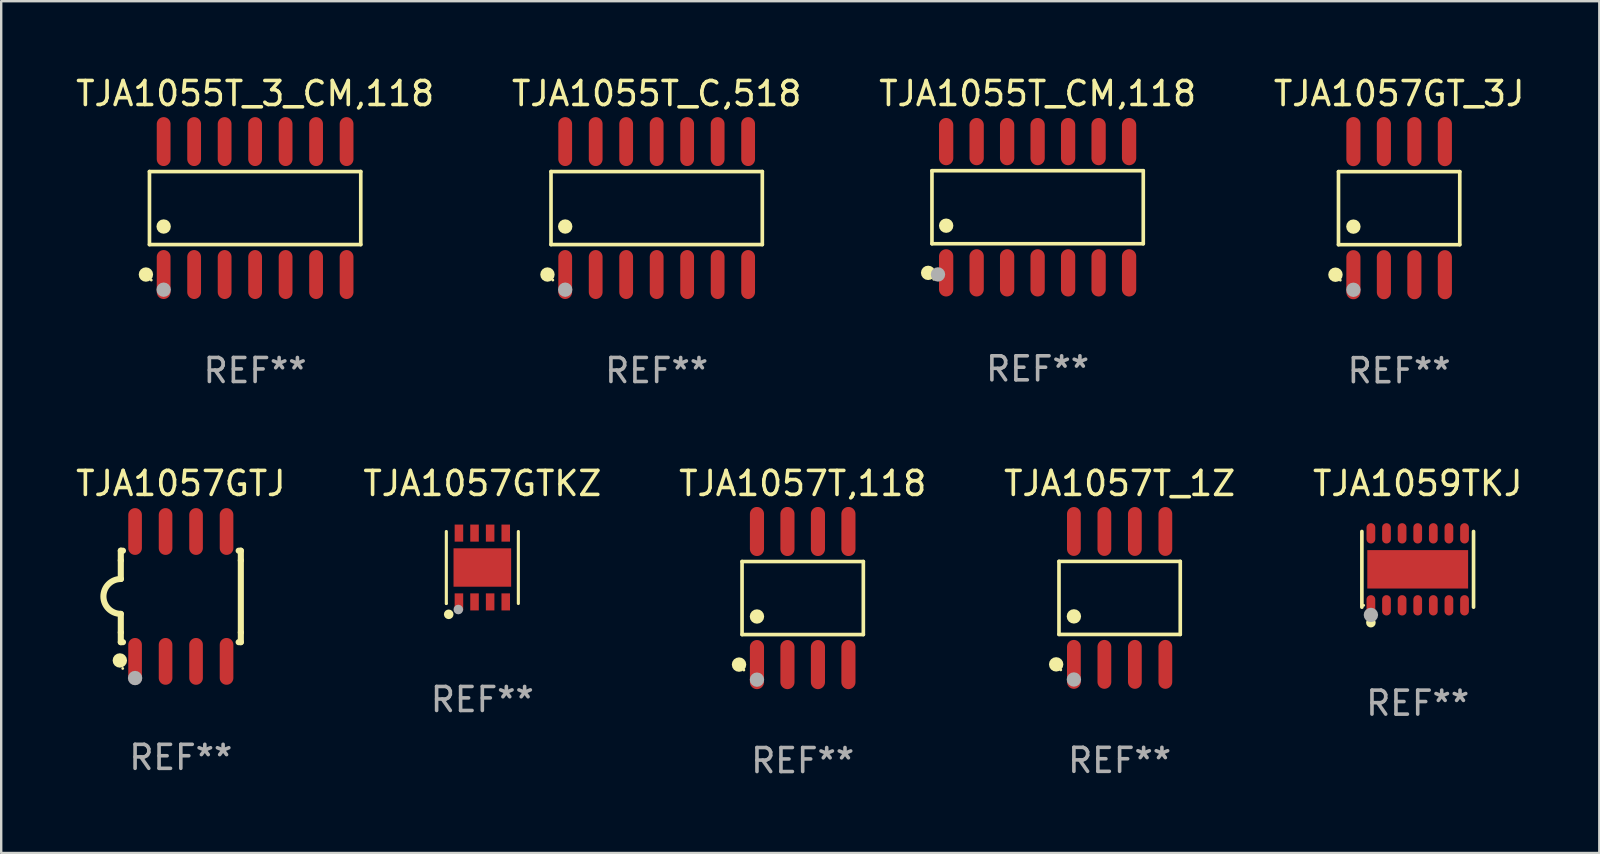
<source format=kicad_pcb>
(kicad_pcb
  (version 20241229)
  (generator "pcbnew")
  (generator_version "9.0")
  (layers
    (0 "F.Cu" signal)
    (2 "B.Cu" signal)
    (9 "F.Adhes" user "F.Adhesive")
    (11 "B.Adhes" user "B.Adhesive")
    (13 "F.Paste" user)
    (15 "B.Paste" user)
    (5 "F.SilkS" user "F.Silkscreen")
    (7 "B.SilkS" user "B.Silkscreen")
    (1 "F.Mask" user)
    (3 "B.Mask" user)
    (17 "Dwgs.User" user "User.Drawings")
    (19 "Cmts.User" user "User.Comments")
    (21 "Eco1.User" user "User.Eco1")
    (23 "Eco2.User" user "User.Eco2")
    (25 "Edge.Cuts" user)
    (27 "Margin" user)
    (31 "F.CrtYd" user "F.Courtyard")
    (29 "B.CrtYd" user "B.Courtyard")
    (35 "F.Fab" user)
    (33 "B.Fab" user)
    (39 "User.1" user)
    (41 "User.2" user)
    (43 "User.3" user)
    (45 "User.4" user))
  (footprint "TJA1055T_3_CM,118"
    (layer "F.Cu")
    (at 7.577 5.617)
    (property "Reference" "TJA1055T_3_CM,118" (at 0 -4.769 0) (layer "F.SilkS") (effects (font (size 1 1) (thickness 0.15))))
    (attr through_hole)
    (fp_line (start -4.401 -1.521) (end 4.401 -1.521) (stroke (width 0.152) (type solid)) (layer "F.SilkS"))
    (fp_line (start -4.401 1.521) (end -4.401 -1.521) (stroke (width 0.152) (type solid)) (layer "F.SilkS"))
    (fp_line (start 4.401 -1.521) (end 4.401 1.521) (stroke (width 0.152) (type solid)) (layer "F.SilkS"))
    (fp_line (start 4.401 1.521) (end -4.401 1.521) (stroke (width 0.152) (type solid)) (layer "F.SilkS"))
    (fp_circle (center -4.549 2.769) (end -4.399 2.769) (stroke (width 0.3) (type solid)) (fill no) (layer "F.SilkS"))
    (fp_circle (center -4.325 3) (end -4.295 3) (stroke (width 0.06) (type solid)) (fill no) (layer "F.SilkS"))
    (fp_circle (center -3.81 0.769) (end -3.66 0.769) (stroke (width 0.3) (type solid)) (fill no) (layer "F.SilkS"))
    (fp_circle (center -3.81 3.4) (end -3.66 3.4) (stroke (width 0.3) (type solid)) (fill no) (layer "F.Fab"))
    (fp_text user "REF**" (at 0 6.769 0) (layer "F.Fab") (effects (font (size 1 1) (thickness 0.15))))
    (pad "1" smd oval (at -3.81 2.769) (size 0.574 2.038) (layers "F.Cu" "F.Mask" "F.Paste"))
    (pad "2" smd oval (at -2.54 2.769) (size 0.574 2.038) (layers "F.Cu" "F.Mask" "F.Paste"))
    (pad "3" smd oval (at -1.27 2.769) (size 0.574 2.038) (layers "F.Cu" "F.Mask" "F.Paste"))
    (pad "4" smd oval (at 0 2.769) (size 0.574 2.038) (layers "F.Cu" "F.Mask" "F.Paste"))
    (pad "5" smd oval (at 1.27 2.769) (size 0.574 2.038) (layers "F.Cu" "F.Mask" "F.Paste"))
    (pad "6" smd oval (at 2.54 2.769) (size 0.574 2.038) (layers "F.Cu" "F.Mask" "F.Paste"))
    (pad "7" smd oval (at 3.81 2.769) (size 0.574 2.038) (layers "F.Cu" "F.Mask" "F.Paste"))
    (pad "8" smd oval (at 3.81 -2.769) (size 0.574 2.038) (layers "F.Cu" "F.Mask" "F.Paste"))
    (pad "9" smd oval (at 2.54 -2.769) (size 0.574 2.038) (layers "F.Cu" "F.Mask" "F.Paste"))
    (pad "10" smd oval (at 1.27 -2.769) (size 0.574 2.038) (layers "F.Cu" "F.Mask" "F.Paste"))
    (pad "11" smd oval (at 0 -2.769) (size 0.574 2.038) (layers "F.Cu" "F.Mask" "F.Paste"))
    (pad "12" smd oval (at -1.27 -2.769) (size 0.574 2.038) (layers "F.Cu" "F.Mask" "F.Paste"))
    (pad "13" smd oval (at -2.54 -2.769) (size 0.574 2.038) (layers "F.Cu" "F.Mask" "F.Paste"))
    (pad "14" smd oval (at -3.81 -2.769) (size 0.574 2.038) (layers "F.Cu" "F.Mask" "F.Paste")))
  (footprint "TJA1059TKJ"
    (layer "F.Cu")
    (at 56.006 20.666)
    (property "Reference" "TJA1059TKJ" (at 0 -3.576 0) (layer "F.SilkS") (effects (font (size 1 1) (thickness 0.15))))
    (attr through_hole)
    (fp_line (start -2.326 1.576) (end -2.326 -1.576) (stroke (width 0.152) (type solid)) (layer "F.SilkS"))
    (fp_line (start 2.326 -1.576) (end 2.326 1.576) (stroke (width 0.152) (type solid)) (layer "F.SilkS"))
    (fp_circle (center -2.25 1.5) (end -2.22 1.5) (stroke (width 0.06) (type solid)) (fill no) (layer "F.SilkS"))
    (fp_circle (center -1.95 2.222) (end -1.85 2.222) (stroke (width 0.2) (type solid)) (fill no) (layer "F.SilkS"))
    (fp_circle (center -1.95 1.9) (end -1.8 1.9) (stroke (width 0.3) (type solid)) (fill no) (layer "F.Fab"))
    (fp_text user "REF**" (at 0 5.576 0) (layer "F.Fab") (effects (font (size 1 1) (thickness 0.15))))
    (pad "1" smd oval (at -1.95 1.499) (size 0.364 0.847) (layers "F.Cu" "F.Mask" "F.Paste"))
    (pad "2" smd oval (at -1.3 1.499) (size 0.364 0.847) (layers "F.Cu" "F.Mask" "F.Paste"))
    (pad "3" smd oval (at -0.65 1.499) (size 0.364 0.847) (layers "F.Cu" "F.Mask" "F.Paste"))
    (pad "4" smd oval (at 0 1.499) (size 0.364 0.847) (layers "F.Cu" "F.Mask" "F.Paste"))
    (pad "5" smd oval (at 0.65 1.499) (size 0.364 0.847) (layers "F.Cu" "F.Mask" "F.Paste"))
    (pad "6" smd oval (at 1.3 1.499) (size 0.364 0.847) (layers "F.Cu" "F.Mask" "F.Paste"))
    (pad "7" smd oval (at 1.95 1.499) (size 0.364 0.847) (layers "F.Cu" "F.Mask" "F.Paste"))
    (pad "8" smd oval (at 1.95 -1.499) (size 0.364 0.847) (layers "F.Cu" "F.Mask" "F.Paste"))
    (pad "9" smd oval (at 1.3 -1.499) (size 0.364 0.847) (layers "F.Cu" "F.Mask" "F.Paste"))
    (pad "10" smd oval (at 0.65 -1.499) (size 0.364 0.847) (layers "F.Cu" "F.Mask" "F.Paste"))
    (pad "11" smd oval (at 0 -1.499) (size 0.364 0.847) (layers "F.Cu" "F.Mask" "F.Paste"))
    (pad "12" smd oval (at -0.65 -1.499) (size 0.364 0.847) (layers "F.Cu" "F.Mask" "F.Paste"))
    (pad "13" smd oval (at -1.3 -1.499) (size 0.364 0.847) (layers "F.Cu" "F.Mask" "F.Paste"))
    (pad "14" smd oval (at -1.95 -1.499) (size 0.364 0.847) (layers "F.Cu" "F.Mask" "F.Paste"))
    (pad "15" smd rect (at 0 0) (size 4.2 1.6) (layers "F.Cu" "F.Mask" "F.Paste")))
  (footprint "TJA1057GTJ"
    (layer "F.Cu")
    (at 4.482 21.795)
    (property "Reference" "TJA1057GTJ" (at 0 -4.705 0) (layer "F.SilkS") (effects (font (size 1 1) (thickness 0.15))))
    (attr through_hole)
    (fp_line (start -2.5 -1.905) (end -2.409 -1.905) (stroke (width 0.254) (type solid)) (layer "F.SilkS"))
    (fp_line (start -2.5 -1.5) (end -2.5 -1.905) (stroke (width 0.254) (type solid)) (layer "F.SilkS"))
    (fp_line (start -2.5 -1.5) (end -2.5 -0.726) (stroke (width 0.254) (type solid)) (layer "F.SilkS"))
    (fp_line (start -2.5 1.5) (end -2.5 0.727) (stroke (width 0.254) (type solid)) (layer "F.SilkS"))
    (fp_line (start -2.5 1.5) (end -2.5 1.905) (stroke (width 0.254) (type solid)) (layer "F.SilkS"))
    (fp_line (start -2.5 1.905) (end -2.409 1.905) (stroke (width 0.254) (type solid)) (layer "F.SilkS"))
    (fp_line (start 2.5 -1.905) (end 2.409 -1.905) (stroke (width 0.254) (type solid)) (layer "F.SilkS"))
    (fp_line (start 2.5 -1.5) (end 2.5 -1.905) (stroke (width 0.254) (type solid)) (layer "F.SilkS"))
    (fp_line (start 2.5 -1.5) (end 2.5 1.5) (stroke (width 0.254) (type solid)) (layer "F.SilkS"))
    (fp_line (start 2.5 1.5) (end 2.5 1.905) (stroke (width 0.254) (type solid)) (layer "F.SilkS"))
    (fp_line (start 2.5 1.905) (end 2.409 1.905) (stroke (width 0.254) (type solid)) (layer "F.SilkS"))
    (fp_arc (start -2.5 0.726568) (mid -3.220316 -0.0023) (end -2.495097 -0.726289) (stroke (width 0.254001) (type solid)) (layer "F.SilkS"))
    (fp_circle (center -2.54 2.667) (end -2.39 2.667) (stroke (width 0.3) (type solid)) (fill no) (layer "F.SilkS"))
    (fp_circle (center -2.42 3) (end -2.39 3) (stroke (width 0.06) (type solid)) (fill no) (layer "F.SilkS"))
    (fp_circle (center -1.905 3.4) (end -1.755 3.4) (stroke (width 0.3) (type solid)) (fill no) (layer "F.Fab"))
    (fp_text user "REF**" (at 0 6.705 0) (layer "F.Fab") (effects (font (size 1 1) (thickness 0.15))))
    (pad "1" smd oval (at -1.905 2.705) (size 0.568 1.95) (layers "F.Cu" "F.Mask" "F.Paste"))
    (pad "2" smd oval (at -0.635 2.705) (size 0.568 1.95) (layers "F.Cu" "F.Mask" "F.Paste"))
    (pad "3" smd oval (at 0.635 2.705) (size 0.568 1.95) (layers "F.Cu" "F.Mask" "F.Paste"))
    (pad "4" smd oval (at 1.905 2.705) (size 0.568 1.95) (layers "F.Cu" "F.Mask" "F.Paste"))
    (pad "5" smd oval (at 1.905 -2.705) (size 0.568 1.95) (layers "F.Cu" "F.Mask" "F.Paste"))
    (pad "6" smd oval (at 0.635 -2.705) (size 0.568 1.95) (layers "F.Cu" "F.Mask" "F.Paste"))
    (pad "7" smd oval (at -0.635 -2.705) (size 0.568 1.95) (layers "F.Cu" "F.Mask" "F.Paste"))
    (pad "8" smd oval (at -1.905 -2.705) (size 0.568 1.95) (layers "F.Cu" "F.Mask" "F.Paste")))
  (footprint "TJA1057T_1Z"
    (layer "F.Cu")
    (at 43.589 21.857)
    (property "Reference" "TJA1057T_1Z" (at 0 -4.768 0) (layer "F.SilkS") (effects (font (size 1 1) (thickness 0.15))))
    (attr through_hole)
    (fp_line (start -2.526 -1.521) (end 2.526 -1.521) (stroke (width 0.152) (type solid)) (layer "F.SilkS"))
    (fp_line (start -2.526 1.521) (end -2.526 -1.521) (stroke (width 0.152) (type solid)) (layer "F.SilkS"))
    (fp_line (start 2.526 -1.521) (end 2.526 1.521) (stroke (width 0.152) (type solid)) (layer "F.SilkS"))
    (fp_line (start 2.526 1.521) (end -2.526 1.521) (stroke (width 0.152) (type solid)) (layer "F.SilkS"))
    (fp_circle (center -2.644 2.768) (end -2.494 2.768) (stroke (width 0.3) (type solid)) (fill no) (layer "F.SilkS"))
    (fp_circle (center -2.45 2.998) (end -2.42 2.998) (stroke (width 0.06) (type solid)) (fill no) (layer "F.SilkS"))
    (fp_circle (center -1.905 0.769) (end -1.755 0.769) (stroke (width 0.3) (type solid)) (fill no) (layer "F.SilkS"))
    (fp_circle (center -1.905 3.398) (end -1.755 3.398) (stroke (width 0.3) (type solid)) (fill no) (layer "F.Fab"))
    (fp_text user "REF**" (at 0 6.768 0) (layer "F.Fab") (effects (font (size 1 1) (thickness 0.15))))
    (pad "1" smd oval (at -1.905 2.768) (size 0.574 2.036) (layers "F.Cu" "F.Mask" "F.Paste"))
    (pad "2" smd oval (at -0.635 2.768) (size 0.574 2.036) (layers "F.Cu" "F.Mask" "F.Paste"))
    (pad "3" smd oval (at 0.635 2.768) (size 0.574 2.036) (layers "F.Cu" "F.Mask" "F.Paste"))
    (pad "4" smd oval (at 1.905 2.768) (size 0.574 2.036) (layers "F.Cu" "F.Mask" "F.Paste"))
    (pad "5" smd oval (at 1.905 -2.768) (size 0.574 2.036) (layers "F.Cu" "F.Mask" "F.Paste"))
    (pad "6" smd oval (at 0.635 -2.768) (size 0.574 2.036) (layers "F.Cu" "F.Mask" "F.Paste"))
    (pad "7" smd oval (at -0.635 -2.768) (size 0.574 2.036) (layers "F.Cu" "F.Mask" "F.Paste"))
    (pad "8" smd oval (at -1.905 -2.768) (size 0.574 2.036) (layers "F.Cu" "F.Mask" "F.Paste")))
  (footprint "TJA1055T_CM,118"
    (layer "F.Cu")
    (at 40.173 5.582)
    (property "Reference" "TJA1055T_CM,118" (at 0 -4.734 0) (layer "F.SilkS") (effects (font (size 1 1) (thickness 0.15))))
    (attr through_hole)
    (fp_line (start -4.401 -1.521) (end 4.401 -1.521) (stroke (width 0.152) (type solid)) (layer "F.SilkS"))
    (fp_line (start -4.401 1.521) (end -4.401 -1.521) (stroke (width 0.152) (type solid)) (layer "F.SilkS"))
    (fp_line (start 4.401 -1.521) (end 4.401 1.521) (stroke (width 0.152) (type solid)) (layer "F.SilkS"))
    (fp_line (start 4.401 1.521) (end -4.401 1.521) (stroke (width 0.152) (type solid)) (layer "F.SilkS"))
    (fp_circle (center -4.56 2.734) (end -4.41 2.734) (stroke (width 0.3) (type solid)) (fill no) (layer "F.SilkS"))
    (fp_circle (center -4.325 3) (end -4.295 3) (stroke (width 0.06) (type solid)) (fill no) (layer "F.SilkS"))
    (fp_circle (center -3.81 0.769) (end -3.66 0.769) (stroke (width 0.3) (type solid)) (fill no) (layer "F.SilkS"))
    (fp_circle (center -4.15 2.8) (end -4 2.8) (stroke (width 0.3) (type solid)) (fill no) (layer "F.Fab"))
    (fp_text user "REF**" (at 0 6.734 0) (layer "F.Fab") (effects (font (size 1 1) (thickness 0.15))))
    (pad "1" smd oval (at -3.81 2.734) (size 0.595 1.968) (layers "F.Cu" "F.Mask" "F.Paste"))
    (pad "2" smd oval (at -2.54 2.734) (size 0.595 1.968) (layers "F.Cu" "F.Mask" "F.Paste"))
    (pad "3" smd oval (at -1.27 2.734) (size 0.595 1.968) (layers "F.Cu" "F.Mask" "F.Paste"))
    (pad "4" smd oval (at 0 2.734) (size 0.595 1.968) (layers "F.Cu" "F.Mask" "F.Paste"))
    (pad "5" smd oval (at 1.27 2.734) (size 0.595 1.968) (layers "F.Cu" "F.Mask" "F.Paste"))
    (pad "6" smd oval (at 2.54 2.734) (size 0.595 1.968) (layers "F.Cu" "F.Mask" "F.Paste"))
    (pad "7" smd oval (at 3.81 2.734) (size 0.595 1.968) (layers "F.Cu" "F.Mask" "F.Paste"))
    (pad "8" smd oval (at 3.81 -2.734) (size 0.595 1.968) (layers "F.Cu" "F.Mask" "F.Paste"))
    (pad "9" smd oval (at 2.54 -2.734) (size 0.595 1.968) (layers "F.Cu" "F.Mask" "F.Paste"))
    (pad "10" smd oval (at 1.27 -2.734) (size 0.595 1.968) (layers "F.Cu" "F.Mask" "F.Paste"))
    (pad "11" smd oval (at 0 -2.734) (size 0.595 1.968) (layers "F.Cu" "F.Mask" "F.Paste"))
    (pad "12" smd oval (at -1.27 -2.734) (size 0.595 1.968) (layers "F.Cu" "F.Mask" "F.Paste"))
    (pad "13" smd oval (at -2.54 -2.734) (size 0.595 1.968) (layers "F.Cu" "F.Mask" "F.Paste"))
    (pad "14" smd oval (at -3.81 -2.734) (size 0.595 1.968) (layers "F.Cu" "F.Mask" "F.Paste")))
  (footprint "TJA1057GT_3J"
    (layer "F.Cu")
    (at 55.232 5.621)
    (property "Reference" "TJA1057GT_3J" (at 0 -4.772 0) (layer "F.SilkS") (effects (font (size 1 1) (thickness 0.15))))
    (attr through_hole)
    (fp_line (start -2.526 -1.521) (end 2.526 -1.521) (stroke (width 0.152) (type solid)) (layer "F.SilkS"))
    (fp_line (start -2.526 1.521) (end -2.526 -1.521) (stroke (width 0.152) (type solid)) (layer "F.SilkS"))
    (fp_line (start 2.526 -1.521) (end 2.526 1.521) (stroke (width 0.152) (type solid)) (layer "F.SilkS"))
    (fp_line (start 2.526 1.521) (end -2.526 1.521) (stroke (width 0.152) (type solid)) (layer "F.SilkS"))
    (fp_circle (center -2.652 2.772) (end -2.501 2.772) (stroke (width 0.3) (type solid)) (fill no) (layer "F.SilkS"))
    (fp_circle (center -2.45 3) (end -2.42 3) (stroke (width 0.06) (type solid)) (fill no) (layer "F.SilkS"))
    (fp_circle (center -1.905 0.769) (end -1.755 0.769) (stroke (width 0.3) (type solid)) (fill no) (layer "F.SilkS"))
    (fp_circle (center -1.905 3.4) (end -1.755 3.4) (stroke (width 0.3) (type solid)) (fill no) (layer "F.Fab"))
    (fp_text user "REF**" (at 0 6.772 0) (layer "F.Fab") (effects (font (size 1 1) (thickness 0.15))))
    (pad "1" smd oval (at -1.905 2.772) (size 0.588 2.045) (layers "F.Cu" "F.Mask" "F.Paste"))
    (pad "2" smd oval (at -0.635 2.772) (size 0.588 2.045) (layers "F.Cu" "F.Mask" "F.Paste"))
    (pad "3" smd oval (at 0.635 2.772) (size 0.588 2.045) (layers "F.Cu" "F.Mask" "F.Paste"))
    (pad "4" smd oval (at 1.905 2.772) (size 0.588 2.045) (layers "F.Cu" "F.Mask" "F.Paste"))
    (pad "5" smd oval (at 1.905 -2.772) (size 0.588 2.045) (layers "F.Cu" "F.Mask" "F.Paste"))
    (pad "6" smd oval (at 0.635 -2.772) (size 0.588 2.045) (layers "F.Cu" "F.Mask" "F.Paste"))
    (pad "7" smd oval (at -0.635 -2.772) (size 0.588 2.045) (layers "F.Cu" "F.Mask" "F.Paste"))
    (pad "8" smd oval (at -1.905 -2.772) (size 0.588 2.045) (layers "F.Cu" "F.Mask" "F.Paste")))
  (footprint "TJA1057T,118"
    (layer "F.Cu")
    (at 30.387 21.862)
    (property "Reference" "TJA1057T,118" (at 0 -4.772 0) (layer "F.SilkS") (effects (font (size 1 1) (thickness 0.15))))
    (attr through_hole)
    (fp_line (start -2.526 -1.521) (end 2.526 -1.521) (stroke (width 0.152) (type solid)) (layer "F.SilkS"))
    (fp_line (start -2.526 1.521) (end -2.526 -1.521) (stroke (width 0.152) (type solid)) (layer "F.SilkS"))
    (fp_line (start 2.526 -1.521) (end 2.526 1.521) (stroke (width 0.152) (type solid)) (layer "F.SilkS"))
    (fp_line (start 2.526 1.521) (end -2.526 1.521) (stroke (width 0.152) (type solid)) (layer "F.SilkS"))
    (fp_circle (center -2.652 2.772) (end -2.501 2.772) (stroke (width 0.3) (type solid)) (fill no) (layer "F.SilkS"))
    (fp_circle (center -2.45 3) (end -2.42 3) (stroke (width 0.06) (type solid)) (fill no) (layer "F.SilkS"))
    (fp_circle (center -1.905 0.769) (end -1.755 0.769) (stroke (width 0.3) (type solid)) (fill no) (layer "F.SilkS"))
    (fp_circle (center -1.905 3.4) (end -1.755 3.4) (stroke (width 0.3) (type solid)) (fill no) (layer "F.Fab"))
    (fp_text user "REF**" (at 0 6.772 0) (layer "F.Fab") (effects (font (size 1 1) (thickness 0.15))))
    (pad "1" smd oval (at -1.905 2.772) (size 0.588 2.045) (layers "F.Cu" "F.Mask" "F.Paste"))
    (pad "2" smd oval (at -0.635 2.772) (size 0.588 2.045) (layers "F.Cu" "F.Mask" "F.Paste"))
    (pad "3" smd oval (at 0.635 2.772) (size 0.588 2.045) (layers "F.Cu" "F.Mask" "F.Paste"))
    (pad "4" smd oval (at 1.905 2.772) (size 0.588 2.045) (layers "F.Cu" "F.Mask" "F.Paste"))
    (pad "5" smd oval (at 1.905 -2.772) (size 0.588 2.045) (layers "F.Cu" "F.Mask" "F.Paste"))
    (pad "6" smd oval (at 0.635 -2.772) (size 0.588 2.045) (layers "F.Cu" "F.Mask" "F.Paste"))
    (pad "7" smd oval (at -0.635 -2.772) (size 0.588 2.045) (layers "F.Cu" "F.Mask" "F.Paste"))
    (pad "8" smd oval (at -1.905 -2.772) (size 0.588 2.045) (layers "F.Cu" "F.Mask" "F.Paste")))
  (footprint "TJA1057GTKZ"
    (layer "F.Cu")
    (at 17.042 20.59)
    (property "Reference" "TJA1057GTKZ" (at 0 -3.5 0) (layer "F.SilkS") (effects (font (size 1 1) (thickness 0.15))))
    (attr through_hole)
    (fp_line (start -1.5 1.5) (end -1.5 -1.5) (stroke (width 0.129) (type solid)) (layer "F.SilkS"))
    (fp_line (start 1.5 -1.5) (end 1.5 1.5) (stroke (width 0.129) (type solid)) (layer "F.SilkS"))
    (fp_circle (center -1.5 1.5) (end -1.47 1.5) (stroke (width 0.06) (type solid)) (fill no) (layer "F.SilkS"))
    (fp_circle (center -1.4 1.95) (end -1.3 1.95) (stroke (width 0.2) (type solid)) (fill no) (layer "F.SilkS"))
    (fp_circle (center -1 1.75) (end -0.9 1.75) (stroke (width 0.2) (type solid)) (fill no) (layer "F.Fab"))
    (fp_text user "REF**" (at 0 5.5 0) (layer "F.Fab") (effects (font (size 1 1) (thickness 0.15))))
    (pad "1" smd rect (at -0.975 1.433) (size 0.356 0.711) (layers "F.Cu" "F.Mask" "F.Paste"))
    (pad "2" smd rect (at -0.325 1.433) (size 0.356 0.711) (layers "F.Cu" "F.Mask" "F.Paste"))
    (pad "3" smd rect (at 0.325 1.433) (size 0.356 0.711) (layers "F.Cu" "F.Mask" "F.Paste"))
    (pad "4" smd rect (at 0.975 1.433) (size 0.356 0.711) (layers "F.Cu" "F.Mask" "F.Paste"))
    (pad "5" smd rect (at 0.975 -1.433) (size 0.356 0.711) (layers "F.Cu" "F.Mask" "F.Paste"))
    (pad "6" smd rect (at 0.325 -1.433) (size 0.356 0.711) (layers "F.Cu" "F.Mask" "F.Paste"))
    (pad "7" smd rect (at -0.325 -1.433) (size 0.356 0.711) (layers "F.Cu" "F.Mask" "F.Paste"))
    (pad "8" smd rect (at -0.975 -1.433) (size 0.356 0.711) (layers "F.Cu" "F.Mask" "F.Paste"))
    (pad "9" smd rect (at 0 0) (size 2.4 1.6) (layers "F.Cu" "F.Mask" "F.Paste")))
  (footprint "TJA1055T_C,518"
    (layer "F.Cu")
    (at 24.304 5.617)
    (property "Reference" "TJA1055T_C,518" (at 0 -4.769 0) (layer "F.SilkS") (effects (font (size 1 1) (thickness 0.15))))
    (attr through_hole)
    (fp_line (start -4.401 -1.521) (end 4.401 -1.521) (stroke (width 0.152) (type solid)) (layer "F.SilkS"))
    (fp_line (start -4.401 1.521) (end -4.401 -1.521) (stroke (width 0.152) (type solid)) (layer "F.SilkS"))
    (fp_line (start 4.401 -1.521) (end 4.401 1.521) (stroke (width 0.152) (type solid)) (layer "F.SilkS"))
    (fp_line (start 4.401 1.521) (end -4.401 1.521) (stroke (width 0.152) (type solid)) (layer "F.SilkS"))
    (fp_circle (center -4.549 2.769) (end -4.399 2.769) (stroke (width 0.3) (type solid)) (fill no) (layer "F.SilkS"))
    (fp_circle (center -4.325 3) (end -4.295 3) (stroke (width 0.06) (type solid)) (fill no) (layer "F.SilkS"))
    (fp_circle (center -3.81 0.769) (end -3.66 0.769) (stroke (width 0.3) (type solid)) (fill no) (layer "F.SilkS"))
    (fp_circle (center -3.81 3.4) (end -3.66 3.4) (stroke (width 0.3) (type solid)) (fill no) (layer "F.Fab"))
    (fp_text user "REF**" (at 0 6.769 0) (layer "F.Fab") (effects (font (size 1 1) (thickness 0.15))))
    (pad "1" smd oval (at -3.81 2.769) (size 0.574 2.038) (layers "F.Cu" "F.Mask" "F.Paste"))
    (pad "2" smd oval (at -2.54 2.769) (size 0.574 2.038) (layers "F.Cu" "F.Mask" "F.Paste"))
    (pad "3" smd oval (at -1.27 2.769) (size 0.574 2.038) (layers "F.Cu" "F.Mask" "F.Paste"))
    (pad "4" smd oval (at 0 2.769) (size 0.574 2.038) (layers "F.Cu" "F.Mask" "F.Paste"))
    (pad "5" smd oval (at 1.27 2.769) (size 0.574 2.038) (layers "F.Cu" "F.Mask" "F.Paste"))
    (pad "6" smd oval (at 2.54 2.769) (size 0.574 2.038) (layers "F.Cu" "F.Mask" "F.Paste"))
    (pad "7" smd oval (at 3.81 2.769) (size 0.574 2.038) (layers "F.Cu" "F.Mask" "F.Paste"))
    (pad "8" smd oval (at 3.81 -2.769) (size 0.574 2.038) (layers "F.Cu" "F.Mask" "F.Paste"))
    (pad "9" smd oval (at 2.54 -2.769) (size 0.574 2.038) (layers "F.Cu" "F.Mask" "F.Paste"))
    (pad "10" smd oval (at 1.27 -2.769) (size 0.574 2.038) (layers "F.Cu" "F.Mask" "F.Paste"))
    (pad "11" smd oval (at 0 -2.769) (size 0.574 2.038) (layers "F.Cu" "F.Mask" "F.Paste"))
    (pad "12" smd oval (at -1.27 -2.769) (size 0.574 2.038) (layers "F.Cu" "F.Mask" "F.Paste"))
    (pad "13" smd oval (at -2.54 -2.769) (size 0.574 2.038) (layers "F.Cu" "F.Mask" "F.Paste"))
    (pad "14" smd oval (at -3.81 -2.769) (size 0.574 2.038) (layers "F.Cu" "F.Mask" "F.Paste")))
  (gr_rect
    (start -3 -3)
    (end 63.571 32.483)
    (stroke (width 0.1) (type default))
    (fill no)
    (layer "Edge.Cuts")))
</source>
